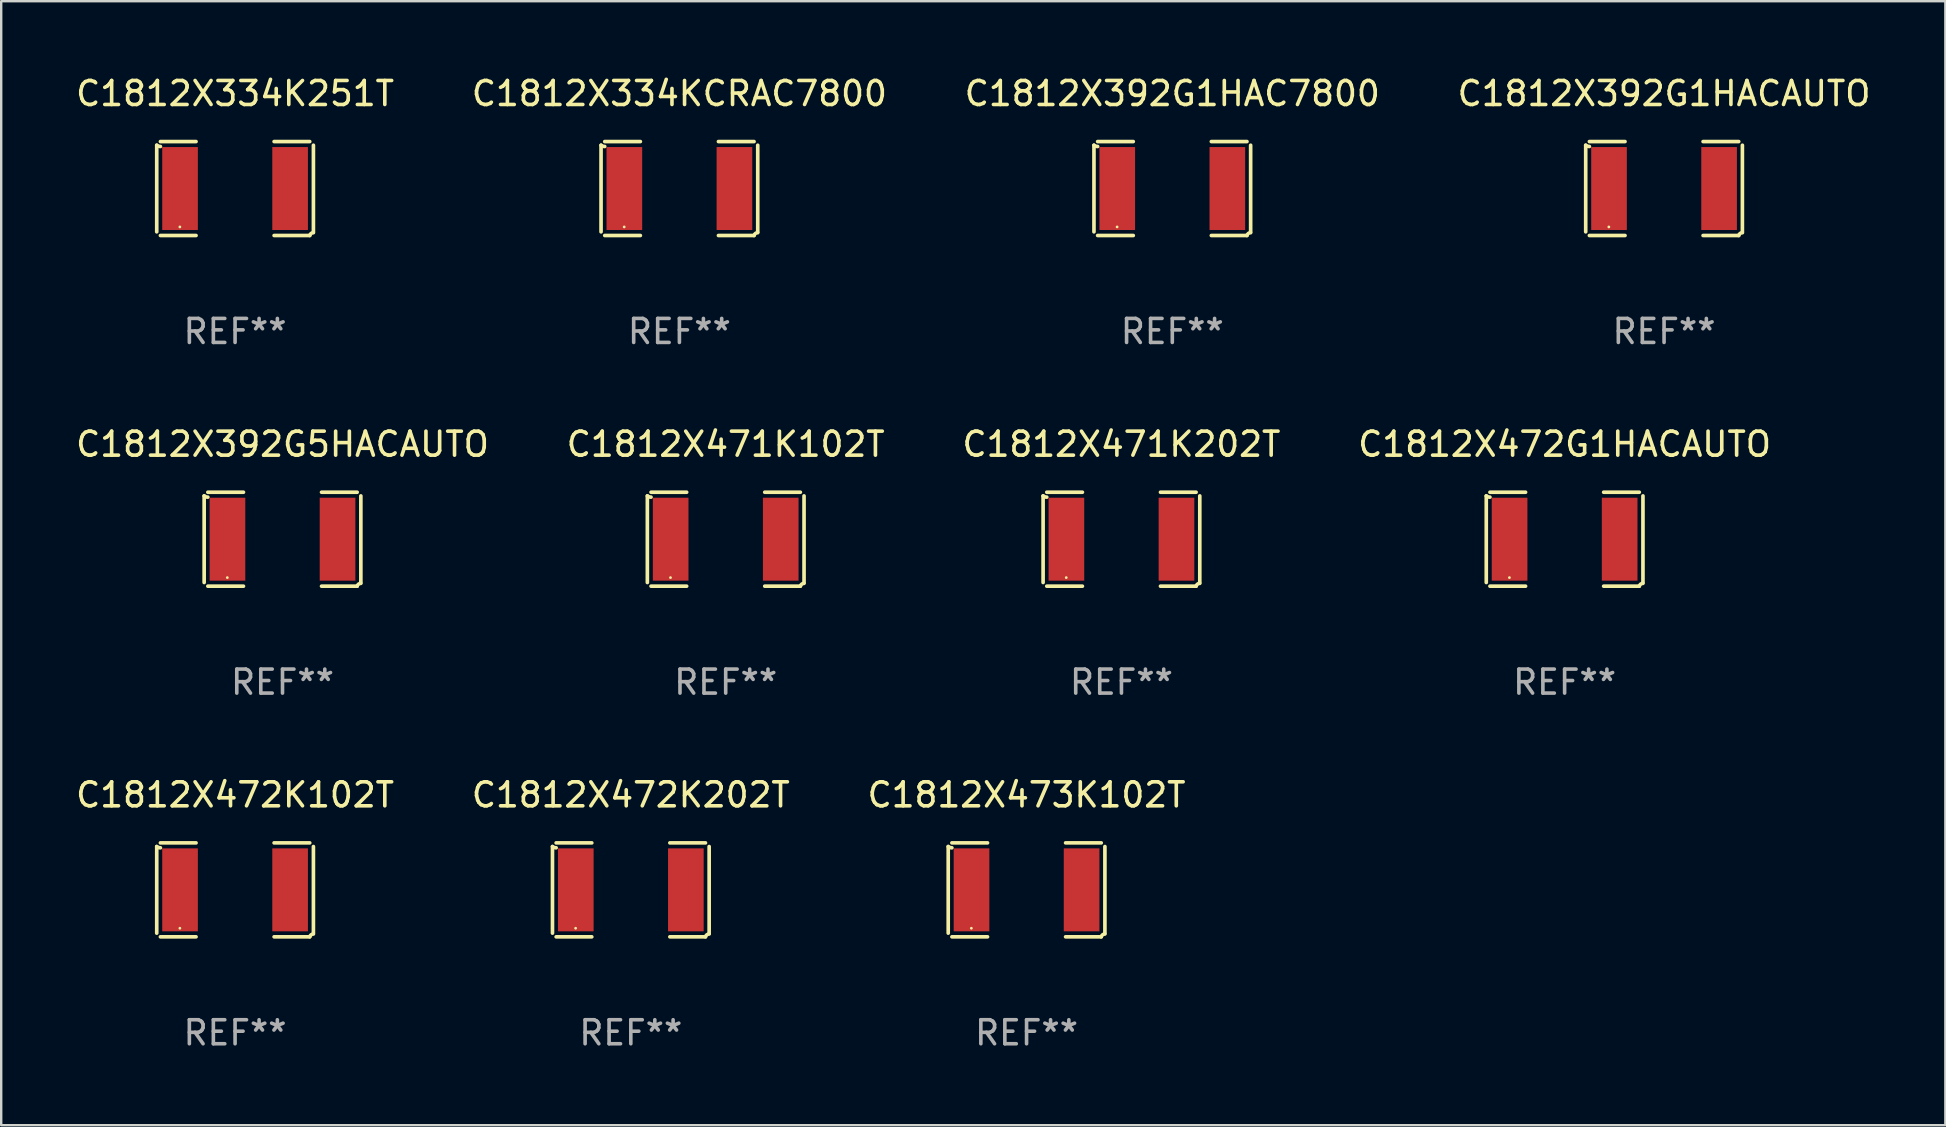
<source format=kicad_pcb>
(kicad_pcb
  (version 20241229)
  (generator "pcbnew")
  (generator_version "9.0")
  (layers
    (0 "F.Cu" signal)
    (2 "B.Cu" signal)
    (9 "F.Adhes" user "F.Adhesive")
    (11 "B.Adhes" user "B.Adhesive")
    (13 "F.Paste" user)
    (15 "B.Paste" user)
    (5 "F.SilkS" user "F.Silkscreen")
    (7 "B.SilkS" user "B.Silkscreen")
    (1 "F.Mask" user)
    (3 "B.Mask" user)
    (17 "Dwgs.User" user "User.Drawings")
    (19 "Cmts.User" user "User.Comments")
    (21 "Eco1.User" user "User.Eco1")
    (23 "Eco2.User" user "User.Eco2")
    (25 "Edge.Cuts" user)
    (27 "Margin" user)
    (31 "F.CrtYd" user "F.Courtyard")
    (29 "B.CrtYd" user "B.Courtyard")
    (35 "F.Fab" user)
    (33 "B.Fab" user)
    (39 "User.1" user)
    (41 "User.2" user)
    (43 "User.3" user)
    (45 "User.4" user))
  (footprint "C1812X334K251T"
    (layer "F.Cu")
    (at 6.744 4.805)
    (property "Reference" "C1812X334K251T" (at 0 -3.957 0) (layer "F.SilkS") (effects (font (size 1 1) (thickness 0.15))))
    (attr through_hole)
    (fp_line (start -3.264 1.804) (end -3.264 -1.804) (stroke (width 0.152) (type solid)) (layer "F.SilkS"))
    (fp_line (start -3.111 -1.957) (end -1.626 -1.957) (stroke (width 0.152) (type solid)) (layer "F.SilkS"))
    (fp_line (start -1.626 1.957) (end -3.111 1.957) (stroke (width 0.152) (type solid)) (layer "F.SilkS"))
    (fp_line (start 1.626 1.957) (end 3.111 1.957) (stroke (width 0.152) (type solid)) (layer "F.SilkS"))
    (fp_line (start 3.111 -1.957) (end 1.626 -1.957) (stroke (width 0.152) (type solid)) (layer "F.SilkS"))
    (fp_line (start 3.264 1.804) (end 3.264 -1.804) (stroke (width 0.152) (type solid)) (layer "F.SilkS"))
    (fp_arc (start -3.111202 -1.752192) (mid -3.191715 -1.76555) (end -3.263602 -1.804191) (stroke (width 0.1524) (type solid)) (layer "F.SilkS"))
    (fp_arc (start 3.111201 1.956591) (mid 3.167789 1.872777) (end 3.263602 1.840424) (stroke (width 0.1524) (type solid)) (layer "F.SilkS"))
    (fp_circle (center -2.3 1.6) (end -2.27 1.6) (stroke (width 0.06) (type solid)) (fill no) (layer "F.SilkS"))
    (fp_text user "REF**" (at 0 5.957 0) (layer "F.Fab") (effects (font (size 1 1) (thickness 0.15))))
    (pad "1" smd rect (at -2.293 0) (size 1.485 3.456) (layers "F.Cu" "F.Mask" "F.Paste"))
    (pad "2" smd rect (at 2.293 0) (size 1.485 3.456) (layers "F.Cu" "F.Mask" "F.Paste")))
  (footprint "C1812X334KCRAC7800"
    (layer "F.Cu")
    (at 25.256 4.805)
    (property "Reference" "C1812X334KCRAC7800" (at 0 -3.957 0) (layer "F.SilkS") (effects (font (size 1 1) (thickness 0.15))))
    (attr through_hole)
    (fp_line (start -3.264 1.804) (end -3.264 -1.804) (stroke (width 0.152) (type solid)) (layer "F.SilkS"))
    (fp_line (start -3.111 -1.957) (end -1.626 -1.957) (stroke (width 0.152) (type solid)) (layer "F.SilkS"))
    (fp_line (start -1.626 1.957) (end -3.111 1.957) (stroke (width 0.152) (type solid)) (layer "F.SilkS"))
    (fp_line (start 1.626 1.957) (end 3.111 1.957) (stroke (width 0.152) (type solid)) (layer "F.SilkS"))
    (fp_line (start 3.111 -1.957) (end 1.626 -1.957) (stroke (width 0.152) (type solid)) (layer "F.SilkS"))
    (fp_line (start 3.264 1.804) (end 3.264 -1.804) (stroke (width 0.152) (type solid)) (layer "F.SilkS"))
    (fp_arc (start -3.111202 -1.752192) (mid -3.191715 -1.76555) (end -3.263602 -1.804191) (stroke (width 0.1524) (type solid)) (layer "F.SilkS"))
    (fp_arc (start 3.111201 1.956591) (mid 3.167789 1.872777) (end 3.263602 1.840424) (stroke (width 0.1524) (type solid)) (layer "F.SilkS"))
    (fp_circle (center -2.3 1.6) (end -2.27 1.6) (stroke (width 0.06) (type solid)) (fill no) (layer "F.SilkS"))
    (fp_text user "REF**" (at 0 5.957 0) (layer "F.Fab") (effects (font (size 1 1) (thickness 0.15))))
    (pad "1" smd rect (at -2.293 0) (size 1.485 3.456) (layers "F.Cu" "F.Mask" "F.Paste"))
    (pad "2" smd rect (at 2.293 0) (size 1.485 3.456) (layers "F.Cu" "F.Mask" "F.Paste")))
  (footprint "C1812X471K102T"
    (layer "F.Cu")
    (at 27.185 19.415)
    (property "Reference" "C1812X471K102T" (at 0 -3.957 0) (layer "F.SilkS") (effects (font (size 1 1) (thickness 0.15))))
    (attr through_hole)
    (fp_line (start -3.264 1.804) (end -3.264 -1.804) (stroke (width 0.152) (type solid)) (layer "F.SilkS"))
    (fp_line (start -3.111 -1.957) (end -1.626 -1.957) (stroke (width 0.152) (type solid)) (layer "F.SilkS"))
    (fp_line (start -1.626 1.957) (end -3.111 1.957) (stroke (width 0.152) (type solid)) (layer "F.SilkS"))
    (fp_line (start 1.626 1.957) (end 3.111 1.957) (stroke (width 0.152) (type solid)) (layer "F.SilkS"))
    (fp_line (start 3.111 -1.957) (end 1.626 -1.957) (stroke (width 0.152) (type solid)) (layer "F.SilkS"))
    (fp_line (start 3.264 1.804) (end 3.264 -1.804) (stroke (width 0.152) (type solid)) (layer "F.SilkS"))
    (fp_arc (start -3.111202 -1.752192) (mid -3.191715 -1.76555) (end -3.263602 -1.804191) (stroke (width 0.1524) (type solid)) (layer "F.SilkS"))
    (fp_arc (start 3.111201 1.956591) (mid 3.167789 1.872777) (end 3.263602 1.840424) (stroke (width 0.1524) (type solid)) (layer "F.SilkS"))
    (fp_circle (center -2.3 1.6) (end -2.27 1.6) (stroke (width 0.06) (type solid)) (fill no) (layer "F.SilkS"))
    (fp_text user "REF**" (at 0 5.957 0) (layer "F.Fab") (effects (font (size 1 1) (thickness 0.15))))
    (pad "1" smd rect (at -2.293 0) (size 1.485 3.456) (layers "F.Cu" "F.Mask" "F.Paste"))
    (pad "2" smd rect (at 2.293 0) (size 1.485 3.456) (layers "F.Cu" "F.Mask" "F.Paste")))
  (footprint "C1812X392G1HAC7800"
    (layer "F.Cu")
    (at 45.792 4.805)
    (property "Reference" "C1812X392G1HAC7800" (at 0 -3.957 0) (layer "F.SilkS") (effects (font (size 1 1) (thickness 0.15))))
    (attr through_hole)
    (fp_line (start -3.264 1.804) (end -3.264 -1.804) (stroke (width 0.152) (type solid)) (layer "F.SilkS"))
    (fp_line (start -3.111 -1.957) (end -1.626 -1.957) (stroke (width 0.152) (type solid)) (layer "F.SilkS"))
    (fp_line (start -1.626 1.957) (end -3.111 1.957) (stroke (width 0.152) (type solid)) (layer "F.SilkS"))
    (fp_line (start 1.626 1.957) (end 3.111 1.957) (stroke (width 0.152) (type solid)) (layer "F.SilkS"))
    (fp_line (start 3.111 -1.957) (end 1.626 -1.957) (stroke (width 0.152) (type solid)) (layer "F.SilkS"))
    (fp_line (start 3.264 1.804) (end 3.264 -1.804) (stroke (width 0.152) (type solid)) (layer "F.SilkS"))
    (fp_arc (start -3.111202 -1.752192) (mid -3.191715 -1.76555) (end -3.263602 -1.804191) (stroke (width 0.1524) (type solid)) (layer "F.SilkS"))
    (fp_arc (start 3.111201 1.956591) (mid 3.167789 1.872777) (end 3.263602 1.840424) (stroke (width 0.1524) (type solid)) (layer "F.SilkS"))
    (fp_circle (center -2.3 1.6) (end -2.27 1.6) (stroke (width 0.06) (type solid)) (fill no) (layer "F.SilkS"))
    (fp_text user "REF**" (at 0 5.957 0) (layer "F.Fab") (effects (font (size 1 1) (thickness 0.15))))
    (pad "1" smd rect (at -2.293 0) (size 1.485 3.456) (layers "F.Cu" "F.Mask" "F.Paste"))
    (pad "2" smd rect (at 2.293 0) (size 1.485 3.456) (layers "F.Cu" "F.Mask" "F.Paste")))
  (footprint "C1812X472K202T"
    (layer "F.Cu")
    (at 23.232 34.024)
    (property "Reference" "C1812X472K202T" (at 0 -3.957 0) (layer "F.SilkS") (effects (font (size 1 1) (thickness 0.15))))
    (attr through_hole)
    (fp_line (start -3.264 1.804) (end -3.264 -1.804) (stroke (width 0.152) (type solid)) (layer "F.SilkS"))
    (fp_line (start -3.111 -1.957) (end -1.626 -1.957) (stroke (width 0.152) (type solid)) (layer "F.SilkS"))
    (fp_line (start -1.626 1.957) (end -3.111 1.957) (stroke (width 0.152) (type solid)) (layer "F.SilkS"))
    (fp_line (start 1.626 1.957) (end 3.111 1.957) (stroke (width 0.152) (type solid)) (layer "F.SilkS"))
    (fp_line (start 3.111 -1.957) (end 1.626 -1.957) (stroke (width 0.152) (type solid)) (layer "F.SilkS"))
    (fp_line (start 3.264 1.804) (end 3.264 -1.804) (stroke (width 0.152) (type solid)) (layer "F.SilkS"))
    (fp_arc (start -3.111202 -1.752192) (mid -3.191715 -1.76555) (end -3.263602 -1.804191) (stroke (width 0.1524) (type solid)) (layer "F.SilkS"))
    (fp_arc (start 3.111201 1.956591) (mid 3.167789 1.872777) (end 3.263602 1.840424) (stroke (width 0.1524) (type solid)) (layer "F.SilkS"))
    (fp_circle (center -2.3 1.6) (end -2.27 1.6) (stroke (width 0.06) (type solid)) (fill no) (layer "F.SilkS"))
    (fp_text user "REF**" (at 0 5.957 0) (layer "F.Fab") (effects (font (size 1 1) (thickness 0.15))))
    (pad "1" smd rect (at -2.293 0) (size 1.485 3.456) (layers "F.Cu" "F.Mask" "F.Paste"))
    (pad "2" smd rect (at 2.293 0) (size 1.485 3.456) (layers "F.Cu" "F.Mask" "F.Paste")))
  (footprint "C1812X392G1HACAUTO"
    (layer "F.Cu")
    (at 66.28 4.805)
    (property "Reference" "C1812X392G1HACAUTO" (at 0 -3.957 0) (layer "F.SilkS") (effects (font (size 1 1) (thickness 0.15))))
    (attr through_hole)
    (fp_line (start -3.264 1.804) (end -3.264 -1.804) (stroke (width 0.152) (type solid)) (layer "F.SilkS"))
    (fp_line (start -3.111 -1.957) (end -1.626 -1.957) (stroke (width 0.152) (type solid)) (layer "F.SilkS"))
    (fp_line (start -1.626 1.957) (end -3.111 1.957) (stroke (width 0.152) (type solid)) (layer "F.SilkS"))
    (fp_line (start 1.626 1.957) (end 3.111 1.957) (stroke (width 0.152) (type solid)) (layer "F.SilkS"))
    (fp_line (start 3.111 -1.957) (end 1.626 -1.957) (stroke (width 0.152) (type solid)) (layer "F.SilkS"))
    (fp_line (start 3.264 1.804) (end 3.264 -1.804) (stroke (width 0.152) (type solid)) (layer "F.SilkS"))
    (fp_arc (start -3.111202 -1.752192) (mid -3.191715 -1.76555) (end -3.263602 -1.804191) (stroke (width 0.1524) (type solid)) (layer "F.SilkS"))
    (fp_arc (start 3.111201 1.956591) (mid 3.167789 1.872777) (end 3.263602 1.840424) (stroke (width 0.1524) (type solid)) (layer "F.SilkS"))
    (fp_circle (center -2.3 1.6) (end -2.27 1.6) (stroke (width 0.06) (type solid)) (fill no) (layer "F.SilkS"))
    (fp_text user "REF**" (at 0 5.957 0) (layer "F.Fab") (effects (font (size 1 1) (thickness 0.15))))
    (pad "1" smd rect (at -2.293 0) (size 1.485 3.456) (layers "F.Cu" "F.Mask" "F.Paste"))
    (pad "2" smd rect (at 2.293 0) (size 1.485 3.456) (layers "F.Cu" "F.Mask" "F.Paste")))
  (footprint "C1812X392G5HACAUTO"
    (layer "F.Cu")
    (at 8.72 19.415)
    (property "Reference" "C1812X392G5HACAUTO" (at 0 -3.957 0) (layer "F.SilkS") (effects (font (size 1 1) (thickness 0.15))))
    (attr through_hole)
    (fp_line (start -3.264 1.804) (end -3.264 -1.804) (stroke (width 0.152) (type solid)) (layer "F.SilkS"))
    (fp_line (start -3.111 -1.957) (end -1.626 -1.957) (stroke (width 0.152) (type solid)) (layer "F.SilkS"))
    (fp_line (start -1.626 1.957) (end -3.111 1.957) (stroke (width 0.152) (type solid)) (layer "F.SilkS"))
    (fp_line (start 1.626 1.957) (end 3.111 1.957) (stroke (width 0.152) (type solid)) (layer "F.SilkS"))
    (fp_line (start 3.111 -1.957) (end 1.626 -1.957) (stroke (width 0.152) (type solid)) (layer "F.SilkS"))
    (fp_line (start 3.264 1.804) (end 3.264 -1.804) (stroke (width 0.152) (type solid)) (layer "F.SilkS"))
    (fp_arc (start -3.111202 -1.752192) (mid -3.191715 -1.76555) (end -3.263602 -1.804191) (stroke (width 0.1524) (type solid)) (layer "F.SilkS"))
    (fp_arc (start 3.111201 1.956591) (mid 3.167789 1.872777) (end 3.263602 1.840424) (stroke (width 0.1524) (type solid)) (layer "F.SilkS"))
    (fp_circle (center -2.3 1.6) (end -2.27 1.6) (stroke (width 0.06) (type solid)) (fill no) (layer "F.SilkS"))
    (fp_text user "REF**" (at 0 5.957 0) (layer "F.Fab") (effects (font (size 1 1) (thickness 0.15))))
    (pad "1" smd rect (at -2.293 0) (size 1.485 3.456) (layers "F.Cu" "F.Mask" "F.Paste"))
    (pad "2" smd rect (at 2.293 0) (size 1.485 3.456) (layers "F.Cu" "F.Mask" "F.Paste")))
  (footprint "C1812X471K202T"
    (layer "F.Cu")
    (at 43.673 19.415)
    (property "Reference" "C1812X471K202T" (at 0 -3.957 0) (layer "F.SilkS") (effects (font (size 1 1) (thickness 0.15))))
    (attr through_hole)
    (fp_line (start -3.264 1.804) (end -3.264 -1.804) (stroke (width 0.152) (type solid)) (layer "F.SilkS"))
    (fp_line (start -3.111 -1.957) (end -1.626 -1.957) (stroke (width 0.152) (type solid)) (layer "F.SilkS"))
    (fp_line (start -1.626 1.957) (end -3.111 1.957) (stroke (width 0.152) (type solid)) (layer "F.SilkS"))
    (fp_line (start 1.626 1.957) (end 3.111 1.957) (stroke (width 0.152) (type solid)) (layer "F.SilkS"))
    (fp_line (start 3.111 -1.957) (end 1.626 -1.957) (stroke (width 0.152) (type solid)) (layer "F.SilkS"))
    (fp_line (start 3.264 1.804) (end 3.264 -1.804) (stroke (width 0.152) (type solid)) (layer "F.SilkS"))
    (fp_arc (start -3.111202 -1.752192) (mid -3.191715 -1.76555) (end -3.263602 -1.804191) (stroke (width 0.1524) (type solid)) (layer "F.SilkS"))
    (fp_arc (start 3.111201 1.956591) (mid 3.167789 1.872777) (end 3.263602 1.840424) (stroke (width 0.1524) (type solid)) (layer "F.SilkS"))
    (fp_circle (center -2.3 1.6) (end -2.27 1.6) (stroke (width 0.06) (type solid)) (fill no) (layer "F.SilkS"))
    (fp_text user "REF**" (at 0 5.957 0) (layer "F.Fab") (effects (font (size 1 1) (thickness 0.15))))
    (pad "1" smd rect (at -2.293 0) (size 1.485 3.456) (layers "F.Cu" "F.Mask" "F.Paste"))
    (pad "2" smd rect (at 2.293 0) (size 1.485 3.456) (layers "F.Cu" "F.Mask" "F.Paste")))
  (footprint "C1812X472G1HACAUTO"
    (layer "F.Cu")
    (at 62.137 19.415)
    (property "Reference" "C1812X472G1HACAUTO" (at 0 -3.957 0) (layer "F.SilkS") (effects (font (size 1 1) (thickness 0.15))))
    (attr through_hole)
    (fp_line (start -3.264 1.804) (end -3.264 -1.804) (stroke (width 0.152) (type solid)) (layer "F.SilkS"))
    (fp_line (start -3.111 -1.957) (end -1.626 -1.957) (stroke (width 0.152) (type solid)) (layer "F.SilkS"))
    (fp_line (start -1.626 1.957) (end -3.111 1.957) (stroke (width 0.152) (type solid)) (layer "F.SilkS"))
    (fp_line (start 1.626 1.957) (end 3.111 1.957) (stroke (width 0.152) (type solid)) (layer "F.SilkS"))
    (fp_line (start 3.111 -1.957) (end 1.626 -1.957) (stroke (width 0.152) (type solid)) (layer "F.SilkS"))
    (fp_line (start 3.264 1.804) (end 3.264 -1.804) (stroke (width 0.152) (type solid)) (layer "F.SilkS"))
    (fp_arc (start -3.111202 -1.752192) (mid -3.191715 -1.76555) (end -3.263602 -1.804191) (stroke (width 0.1524) (type solid)) (layer "F.SilkS"))
    (fp_arc (start 3.111201 1.956591) (mid 3.167789 1.872777) (end 3.263602 1.840424) (stroke (width 0.1524) (type solid)) (layer "F.SilkS"))
    (fp_circle (center -2.3 1.6) (end -2.27 1.6) (stroke (width 0.06) (type solid)) (fill no) (layer "F.SilkS"))
    (fp_text user "REF**" (at 0 5.957 0) (layer "F.Fab") (effects (font (size 1 1) (thickness 0.15))))
    (pad "1" smd rect (at -2.293 0) (size 1.485 3.456) (layers "F.Cu" "F.Mask" "F.Paste"))
    (pad "2" smd rect (at 2.293 0) (size 1.485 3.456) (layers "F.Cu" "F.Mask" "F.Paste")))
  (footprint "C1812X473K102T"
    (layer "F.Cu")
    (at 39.72 34.024)
    (property "Reference" "C1812X473K102T" (at 0 -3.957 0) (layer "F.SilkS") (effects (font (size 1 1) (thickness 0.15))))
    (attr through_hole)
    (fp_line (start -3.264 1.804) (end -3.264 -1.804) (stroke (width 0.152) (type solid)) (layer "F.SilkS"))
    (fp_line (start -3.111 -1.957) (end -1.626 -1.957) (stroke (width 0.152) (type solid)) (layer "F.SilkS"))
    (fp_line (start -1.626 1.957) (end -3.111 1.957) (stroke (width 0.152) (type solid)) (layer "F.SilkS"))
    (fp_line (start 1.626 1.957) (end 3.111 1.957) (stroke (width 0.152) (type solid)) (layer "F.SilkS"))
    (fp_line (start 3.111 -1.957) (end 1.626 -1.957) (stroke (width 0.152) (type solid)) (layer "F.SilkS"))
    (fp_line (start 3.264 1.804) (end 3.264 -1.804) (stroke (width 0.152) (type solid)) (layer "F.SilkS"))
    (fp_arc (start -3.111202 -1.752192) (mid -3.191715 -1.76555) (end -3.263602 -1.804191) (stroke (width 0.1524) (type solid)) (layer "F.SilkS"))
    (fp_arc (start 3.111201 1.956591) (mid 3.167789 1.872777) (end 3.263602 1.840424) (stroke (width 0.1524) (type solid)) (layer "F.SilkS"))
    (fp_circle (center -2.3 1.6) (end -2.27 1.6) (stroke (width 0.06) (type solid)) (fill no) (layer "F.SilkS"))
    (fp_text user "REF**" (at 0 5.957 0) (layer "F.Fab") (effects (font (size 1 1) (thickness 0.15))))
    (pad "1" smd rect (at -2.293 0) (size 1.485 3.456) (layers "F.Cu" "F.Mask" "F.Paste"))
    (pad "2" smd rect (at 2.293 0) (size 1.485 3.456) (layers "F.Cu" "F.Mask" "F.Paste")))
  (footprint "C1812X472K102T"
    (layer "F.Cu")
    (at 6.744 34.024)
    (property "Reference" "C1812X472K102T" (at 0 -3.957 0) (layer "F.SilkS") (effects (font (size 1 1) (thickness 0.15))))
    (attr through_hole)
    (fp_line (start -3.264 1.804) (end -3.264 -1.804) (stroke (width 0.152) (type solid)) (layer "F.SilkS"))
    (fp_line (start -3.111 -1.957) (end -1.626 -1.957) (stroke (width 0.152) (type solid)) (layer "F.SilkS"))
    (fp_line (start -1.626 1.957) (end -3.111 1.957) (stroke (width 0.152) (type solid)) (layer "F.SilkS"))
    (fp_line (start 1.626 1.957) (end 3.111 1.957) (stroke (width 0.152) (type solid)) (layer "F.SilkS"))
    (fp_line (start 3.111 -1.957) (end 1.626 -1.957) (stroke (width 0.152) (type solid)) (layer "F.SilkS"))
    (fp_line (start 3.264 1.804) (end 3.264 -1.804) (stroke (width 0.152) (type solid)) (layer "F.SilkS"))
    (fp_arc (start -3.111202 -1.752192) (mid -3.191715 -1.76555) (end -3.263602 -1.804191) (stroke (width 0.1524) (type solid)) (layer "F.SilkS"))
    (fp_arc (start 3.111201 1.956591) (mid 3.167789 1.872777) (end 3.263602 1.840424) (stroke (width 0.1524) (type solid)) (layer "F.SilkS"))
    (fp_circle (center -2.3 1.6) (end -2.27 1.6) (stroke (width 0.06) (type solid)) (fill no) (layer "F.SilkS"))
    (fp_text user "REF**" (at 0 5.957 0) (layer "F.Fab") (effects (font (size 1 1) (thickness 0.15))))
    (pad "1" smd rect (at -2.293 0) (size 1.485 3.456) (layers "F.Cu" "F.Mask" "F.Paste"))
    (pad "2" smd rect (at 2.293 0) (size 1.485 3.456) (layers "F.Cu" "F.Mask" "F.Paste")))
  (gr_rect
    (start -3 -3)
    (end 78 43.829)
    (stroke (width 0.1) (type default))
    (fill no)
    (layer "Edge.Cuts")))
</source>
